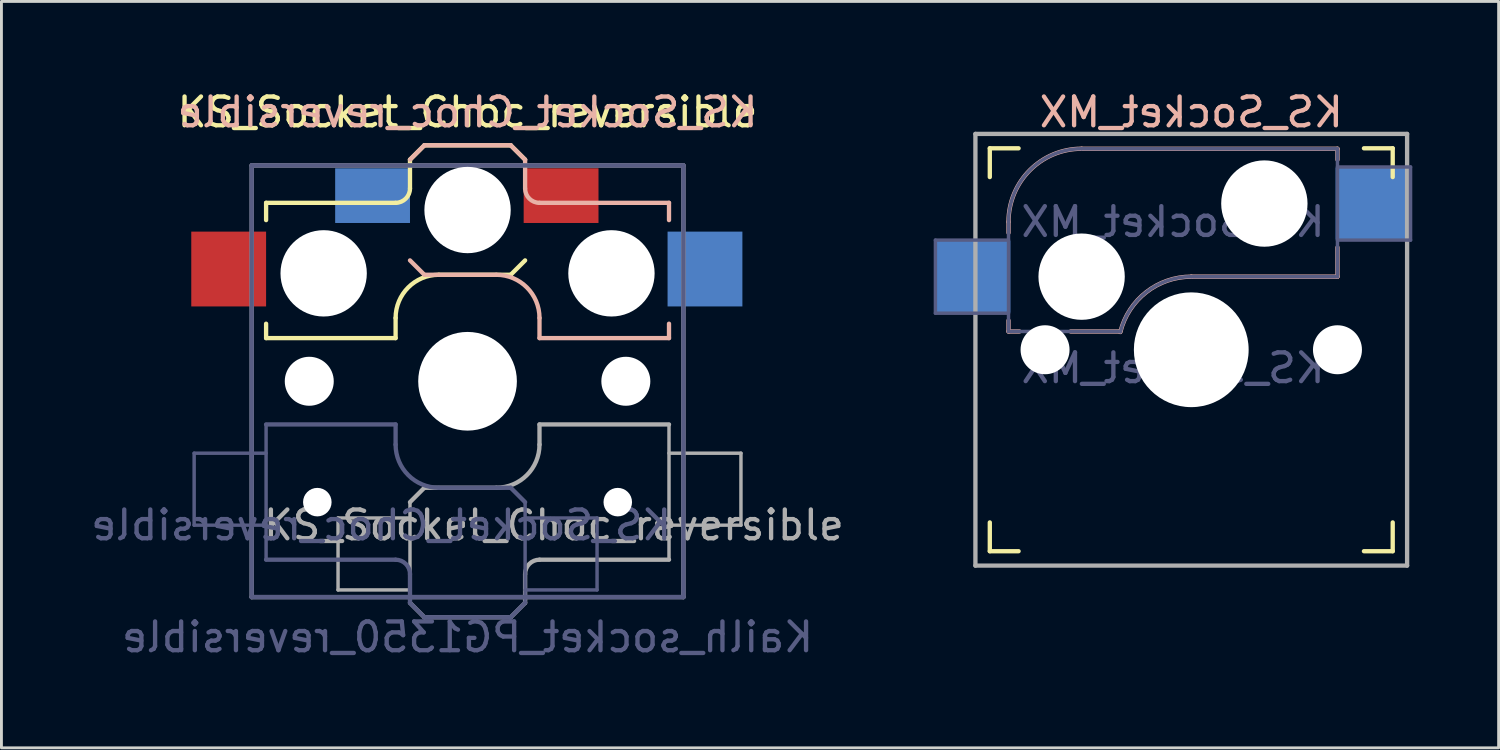
<source format=kicad_pcb>
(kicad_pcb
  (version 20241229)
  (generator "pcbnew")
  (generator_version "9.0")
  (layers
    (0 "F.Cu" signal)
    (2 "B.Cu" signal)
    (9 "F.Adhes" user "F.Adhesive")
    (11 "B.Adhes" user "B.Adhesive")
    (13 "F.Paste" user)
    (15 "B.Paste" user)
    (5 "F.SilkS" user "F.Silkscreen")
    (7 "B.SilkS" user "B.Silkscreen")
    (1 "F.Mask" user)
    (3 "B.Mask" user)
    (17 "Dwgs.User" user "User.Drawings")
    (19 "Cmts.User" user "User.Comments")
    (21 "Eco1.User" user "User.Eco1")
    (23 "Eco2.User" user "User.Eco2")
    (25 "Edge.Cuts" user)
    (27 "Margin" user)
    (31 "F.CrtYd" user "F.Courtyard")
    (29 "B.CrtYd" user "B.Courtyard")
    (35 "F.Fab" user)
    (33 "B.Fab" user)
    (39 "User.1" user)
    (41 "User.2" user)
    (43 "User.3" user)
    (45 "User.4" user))
  (footprint "KS_Socket_Choc_reversible"
    (layer "F.Cu")
    (at 13.196 10.198)
    (property "Reference" "KS_Socket_Choc_reversible" (at 0 -9.35 180) (layer "F.SilkS") (effects (font (size 1 1) (thickness 0.15))))
    (property "Value" "Kailh_socket_PG1350_reversible" (at 0 8.89 0) (layer "F.Fab") (hide yes) (effects (font (size 1 1) (thickness 0.15))))
    (attr smd)
    (fp_line (start -7 -6.2) (end -2.5 -6.2) (stroke (width 0.15) (type solid)) (layer "F.SilkS"))
    (fp_line (start -7 -5.6) (end -7 -6.2) (stroke (width 0.15) (type solid)) (layer "F.SilkS"))
    (fp_line (start -7 -1.5) (end -7 -2) (stroke (width 0.15) (type solid)) (layer "F.SilkS"))
    (fp_line (start -2.5 -2.2) (end -2.5 -1.5) (stroke (width 0.15) (type solid)) (layer "F.SilkS"))
    (fp_line (start -2.5 -1.5) (end -7 -1.5) (stroke (width 0.15) (type solid)) (layer "F.SilkS"))
    (fp_line (start -2 -6.7) (end -2 -7.7) (stroke (width 0.15) (type solid)) (layer "F.SilkS"))
    (fp_line (start -1.5 -8.2) (end -2 -7.7) (stroke (width 0.15) (type solid)) (layer "F.SilkS"))
    (fp_line (start 1.5 -8.2) (end -1.5 -8.2) (stroke (width 0.15) (type solid)) (layer "F.SilkS"))
    (fp_line (start 1.5 -3.7) (end -1 -3.7) (stroke (width 0.15) (type solid)) (layer "F.SilkS"))
    (fp_line (start 2 -7.7) (end 1.5 -8.2) (stroke (width 0.15) (type solid)) (layer "F.SilkS"))
    (fp_line (start 2 -4.2) (end 1.5 -3.7) (stroke (width 0.15) (type solid)) (layer "F.SilkS"))
    (fp_arc (start -2.5 -2.2) (mid -2.06066 -3.26066) (end -1 -3.7) (stroke (width 0.15) (type solid)) (layer "F.SilkS"))
    (fp_arc (start -2 -6.7) (mid -2.146447 -6.346447) (end -2.5 -6.2) (stroke (width 0.15) (type solid)) (layer "F.SilkS"))
    (fp_line (start -2 -7.7) (end -1.5 -8.2) (stroke (width 0.15) (type solid)) (layer "B.SilkS"))
    (fp_line (start -2 -4.2) (end -1.5 -3.7) (stroke (width 0.15) (type solid)) (layer "B.SilkS"))
    (fp_line (start -1.5 -8.2) (end 1.5 -8.2) (stroke (width 0.15) (type solid)) (layer "B.SilkS"))
    (fp_line (start -1.5 -3.7) (end 1 -3.7) (stroke (width 0.15) (type solid)) (layer "B.SilkS"))
    (fp_line (start 1.5 -8.2) (end 2 -7.7) (stroke (width 0.15) (type solid)) (layer "B.SilkS"))
    (fp_line (start 2 -6.7) (end 2 -7.7) (stroke (width 0.15) (type solid)) (layer "B.SilkS"))
    (fp_line (start 2.5 -2.2) (end 2.5 -1.5) (stroke (width 0.15) (type solid)) (layer "B.SilkS"))
    (fp_line (start 2.5 -1.5) (end 7 -1.5) (stroke (width 0.15) (type solid)) (layer "B.SilkS"))
    (fp_line (start 7 -6.2) (end 2.5 -6.2) (stroke (width 0.15) (type solid)) (layer "B.SilkS"))
    (fp_line (start 7 -5.6) (end 7 -6.2) (stroke (width 0.15) (type solid)) (layer "B.SilkS"))
    (fp_line (start 7 -1.5) (end 7 -2) (stroke (width 0.15) (type solid)) (layer "B.SilkS"))
    (fp_arc (start 1 -3.7) (mid 2.06066 -3.26066) (end 2.5 -2.2) (stroke (width 0.15) (type solid)) (layer "B.SilkS"))
    (fp_arc (start 2.5 -6.2) (mid 2.146447 -6.346447) (end 2 -6.7) (stroke (width 0.15) (type solid)) (layer "B.SilkS"))
    (fp_line (start -6.9 6.9) (end -6.9 -6.9) (stroke (width 0.15) (type solid)) (layer "Eco2.User"))
    (fp_line (start -6.9 6.9) (end 6.9 6.9) (stroke (width 0.15) (type solid)) (layer "Eco2.User"))
    (fp_line (start -2.6 -3.1) (end -2.6 -6.3) (stroke (width 0.15) (type solid)) (layer "Eco2.User"))
    (fp_line (start -2.6 -3.1) (end 2.6 -3.1) (stroke (width 0.15) (type solid)) (layer "Eco2.User"))
    (fp_line (start 2.6 -6.3) (end -2.6 -6.3) (stroke (width 0.15) (type solid)) (layer "Eco2.User"))
    (fp_line (start 2.6 -3.1) (end 2.6 -6.3) (stroke (width 0.15) (type solid)) (layer "Eco2.User"))
    (fp_line (start 6.9 -6.9) (end -6.9 -6.9) (stroke (width 0.15) (type solid)) (layer "Eco2.User"))
    (fp_line (start 6.9 -6.9) (end 6.9 6.9) (stroke (width 0.15) (type solid)) (layer "Eco2.User"))
    (fp_line (start -9.5 2.5) (end -7 2.5) (stroke (width 0.12) (type solid)) (layer "B.Fab"))
    (fp_line (start -9.5 5) (end -9.5 2.5) (stroke (width 0.12) (type solid)) (layer "B.Fab"))
    (fp_line (start -7.5 -7.5) (end 7.5 -7.5) (stroke (width 0.15) (type solid)) (layer "B.Fab"))
    (fp_line (start -7.5 7.5) (end -7.5 -7.5) (stroke (width 0.15) (type solid)) (layer "B.Fab"))
    (fp_line (start -7 1.5) (end -7 6.2) (stroke (width 0.12) (type solid)) (layer "B.Fab"))
    (fp_line (start -7 5) (end -9.5 5) (stroke (width 0.12) (type solid)) (layer "B.Fab"))
    (fp_line (start -7 6.2) (end -2.5 6.2) (stroke (width 0.15) (type solid)) (layer "B.Fab"))
    (fp_line (start -2.5 1.5) (end -7 1.5) (stroke (width 0.15) (type solid)) (layer "B.Fab"))
    (fp_line (start -2.5 2.2) (end -2.5 1.5) (stroke (width 0.15) (type solid)) (layer "B.Fab"))
    (fp_line (start -2 6.7) (end -2 7.7) (stroke (width 0.15) (type solid)) (layer "B.Fab"))
    (fp_line (start -1.5 8.2) (end -2 7.7) (stroke (width 0.15) (type solid)) (layer "B.Fab"))
    (fp_line (start 1.5 3.7) (end -1 3.7) (stroke (width 0.15) (type solid)) (layer "B.Fab"))
    (fp_line (start 1.5 8.2) (end -1.5 8.2) (stroke (width 0.15) (type solid)) (layer "B.Fab"))
    (fp_line (start 2 4.2) (end 1.5 3.7) (stroke (width 0.15) (type solid)) (layer "B.Fab"))
    (fp_line (start 2 4.25) (end 2 7.7) (stroke (width 0.12) (type solid)) (layer "B.Fab"))
    (fp_line (start 2 4.75) (end 4.5 4.75) (stroke (width 0.12) (type solid)) (layer "B.Fab"))
    (fp_line (start 2 7.7) (end 1.5 8.2) (stroke (width 0.15) (type solid)) (layer "B.Fab"))
    (fp_line (start 4.5 4.75) (end 4.5 7.25) (stroke (width 0.12) (type solid)) (layer "B.Fab"))
    (fp_line (start 4.5 7.25) (end 2 7.25) (stroke (width 0.12) (type solid)) (layer "B.Fab"))
    (fp_line (start 7.5 -7.5) (end 7.5 7.5) (stroke (width 0.15) (type solid)) (layer "B.Fab"))
    (fp_line (start 7.5 7.5) (end -7.5 7.5) (stroke (width 0.15) (type solid)) (layer "B.Fab"))
    (fp_arc (start -2.5 6.2) (mid -2.146447 6.346447) (end -2 6.7) (stroke (width 0.15) (type solid)) (layer "B.Fab"))
    (fp_arc (start -1 3.7) (mid -2.06066 3.26066) (end -2.5 2.2) (stroke (width 0.15) (type solid)) (layer "B.Fab"))
    (fp_line (start -7.5 -7.5) (end 7.5 -7.5) (stroke (width 0.15) (type solid)) (layer "F.Fab"))
    (fp_line (start -7.5 7.5) (end -7.5 -7.5) (stroke (width 0.15) (type solid)) (layer "F.Fab"))
    (fp_line (start -4.5 4.75) (end -4.5 7.25) (stroke (width 0.12) (type solid)) (layer "F.Fab"))
    (fp_line (start -4.5 7.25) (end -2 7.25) (stroke (width 0.12) (type solid)) (layer "F.Fab"))
    (fp_line (start -2 4.2) (end -1.5 3.7) (stroke (width 0.15) (type solid)) (layer "F.Fab"))
    (fp_line (start -2 4.25) (end -2 7.7) (stroke (width 0.12) (type solid)) (layer "F.Fab"))
    (fp_line (start -2 4.75) (end -4.5 4.75) (stroke (width 0.12) (type solid)) (layer "F.Fab"))
    (fp_line (start -2 7.7) (end -1.5 8.2) (stroke (width 0.15) (type solid)) (layer "F.Fab"))
    (fp_line (start -1.5 3.7) (end 1 3.7) (stroke (width 0.15) (type solid)) (layer "F.Fab"))
    (fp_line (start -1.5 8.2) (end 1.5 8.2) (stroke (width 0.15) (type solid)) (layer "F.Fab"))
    (fp_line (start 1.5 8.2) (end 2 7.7) (stroke (width 0.15) (type solid)) (layer "F.Fab"))
    (fp_line (start 2 6.7) (end 2 7.7) (stroke (width 0.15) (type solid)) (layer "F.Fab"))
    (fp_line (start 2.5 1.5) (end 7 1.5) (stroke (width 0.15) (type solid)) (layer "F.Fab"))
    (fp_line (start 2.5 2.2) (end 2.5 1.5) (stroke (width 0.15) (type solid)) (layer "F.Fab"))
    (fp_line (start 7 1.5) (end 7 6.2) (stroke (width 0.12) (type solid)) (layer "F.Fab"))
    (fp_line (start 7 5) (end 9.5 5) (stroke (width 0.12) (type solid)) (layer "F.Fab"))
    (fp_line (start 7 6.2) (end 2.5 6.2) (stroke (width 0.15) (type solid)) (layer "F.Fab"))
    (fp_line (start 7.5 -7.5) (end 7.5 7.5) (stroke (width 0.15) (type solid)) (layer "F.Fab"))
    (fp_line (start 7.5 7.5) (end -7.5 7.5) (stroke (width 0.15) (type solid)) (layer "F.Fab"))
    (fp_line (start 9.5 2.5) (end 7 2.5) (stroke (width 0.12) (type solid)) (layer "F.Fab"))
    (fp_line (start 9.5 5) (end 9.5 2.5) (stroke (width 0.12) (type solid)) (layer "F.Fab"))
    (fp_arc (start 2 6.7) (mid 2.146447 6.346447) (end 2.5 6.2) (stroke (width 0.15) (type solid)) (layer "F.Fab"))
    (fp_arc (start 2.5 2.2) (mid 2.06066 3.26066) (end 1 3.7) (stroke (width 0.15) (type solid)) (layer "F.Fab"))
    (fp_text user "${REFERENCE}" (at 0 -9.35 0) (layer "B.SilkS") (effects (font (size 1 1) (thickness 0.15)) (justify mirror)))
    (fp_text user "${REFERENCE}" (at -3 5 0) (layer "B.Fab") (effects (font (size 1 1) (thickness 0.15)) (justify mirror)))
    (fp_text user "${VALUE}" (at 0 8.89 0) (layer "B.Fab") (effects (font (size 1 1) (thickness 0.15)) (justify mirror)))
    (fp_text user "${REFERENCE}" (at 3 5 180) (layer "F.Fab") (effects (font (size 1 1) (thickness 0.15))))
    (pad "" np_thru_hole circle (at -5.5 0 180) (size 1.702 1.702) (drill 1.702) (layers "*.Cu" "*.Mask"))
    (pad "" np_thru_hole circle (at -5.22 4.2 180) (size 0.991 0.991) (drill 0.991) (layers "*.Cu" "*.Mask"))
    (pad "" np_thru_hole circle (at -5 -3.75 180) (size 3 3) (drill 3) (layers "*.Cu" "*.Mask"))
    (pad "" np_thru_hole circle (at 0 -5.95 180) (size 3 3) (drill 3) (layers "*.Cu" "*.Mask"))
    (pad "" np_thru_hole circle (at 0 0 180) (size 3.429 3.429) (drill 3.429) (layers "*.Cu" "*.Mask"))
    (pad "" np_thru_hole circle (at 5 -3.75 180) (size 3 3) (drill 3) (layers "*.Cu" "*.Mask"))
    (pad "" np_thru_hole circle (at 5.22 4.2 180) (size 0.991 0.991) (drill 0.991) (layers "*.Cu" "*.Mask"))
    (pad "" np_thru_hole circle (at 5.5 0 180) (size 1.702 1.702) (drill 1.702) (layers "*.Cu" "*.Mask"))
    (pad "1" smd rect (at -3.3 -6.45 180) (size 2.6 1.9) (layers "B.Cu" "B.Mask" "B.Paste"))
    (pad "1" smd rect (at 3.25 -6.45 180) (size 2.6 1.9) (layers "F.Cu" "F.Mask" "F.Paste"))
    (pad "2" smd rect (at -8.3 -3.9 180) (size 2.6 2.6) (layers "F.Cu" "F.Mask" "F.Paste"))
    (pad "2" smd rect (at 8.25 -3.9 180) (size 2.6 2.6) (layers "B.Cu" "B.Mask" "B.Paste")))
  (footprint "KS_Socket_MX"
    (layer "F.Cu")
    (at 38.343 9.103)
    (property "Reference" "KS_Socket_MX" (at 0 -8.255 0) (layer "B.SilkS") (effects (font (size 1 1) (thickness 0.15)) (justify mirror)))
    (property "Value" "KS_Socket_MX" (at 0 8.255 0) (layer "F.Fab") (hide yes) (effects (font (size 1 1) (thickness 0.15))))
    (attr smd)
    (fp_line (start -7 -6) (end -7 -7) (stroke (width 0.15) (type solid)) (layer "F.SilkS"))
    (fp_line (start -7 7) (end -7 6) (stroke (width 0.15) (type solid)) (layer "F.SilkS"))
    (fp_line (start -7 7) (end -6 7) (stroke (width 0.15) (type solid)) (layer "F.SilkS"))
    (fp_line (start -6 -7) (end -7 -7) (stroke (width 0.15) (type solid)) (layer "F.SilkS"))
    (fp_line (start 6 7) (end 7 7) (stroke (width 0.15) (type solid)) (layer "F.SilkS"))
    (fp_line (start 7 -7) (end 6 -7) (stroke (width 0.15) (type solid)) (layer "F.SilkS"))
    (fp_line (start 7 -7) (end 7 -6) (stroke (width 0.15) (type solid)) (layer "F.SilkS"))
    (fp_line (start 7 6) (end 7 7) (stroke (width 0.15) (type solid)) (layer "F.SilkS"))
    (fp_line (start -6.35 -4.445) (end -6.35 -4.064) (stroke (width 0.15) (type solid)) (layer "B.SilkS"))
    (fp_line (start -6.35 -1.016) (end -6.35 -0.635) (stroke (width 0.15) (type solid)) (layer "B.SilkS"))
    (fp_line (start -5.969 -0.635) (end -6.35 -0.635) (stroke (width 0.15) (type solid)) (layer "B.SilkS"))
    (fp_line (start -3.81 -6.985) (end 5.08 -6.985) (stroke (width 0.15) (type solid)) (layer "B.SilkS"))
    (fp_line (start -2.464 -0.635) (end -4.191 -0.635) (stroke (width 0.15) (type solid)) (layer "B.SilkS"))
    (fp_line (start 5.08 -6.985) (end 5.08 -6.604) (stroke (width 0.15) (type solid)) (layer "B.SilkS"))
    (fp_line (start 5.08 -3.556) (end 5.08 -2.54) (stroke (width 0.15) (type solid)) (layer "B.SilkS"))
    (fp_line (start 5.08 -2.54) (end 0 -2.54) (stroke (width 0.15) (type solid)) (layer "B.SilkS"))
    (fp_arc (start -6.35 -4.445) (mid -5.606051 -6.241051) (end -3.81 -6.985) (stroke (width 0.15) (type solid)) (layer "B.SilkS"))
    (fp_arc (start -2.464162 -0.61604) (mid -1.563147 -2.002042) (end 0 -2.54) (stroke (width 0.15) (type solid)) (layer "B.SilkS"))
    (fp_line (start -6.9 6.9) (end -6.9 -6.9) (stroke (width 0.15) (type solid)) (layer "Eco2.User"))
    (fp_line (start -6.9 6.9) (end 6.9 6.9) (stroke (width 0.15) (type solid)) (layer "Eco2.User"))
    (fp_line (start 6.9 -6.9) (end -6.9 -6.9) (stroke (width 0.15) (type solid)) (layer "Eco2.User"))
    (fp_line (start 6.9 -6.9) (end 6.9 6.9) (stroke (width 0.15) (type solid)) (layer "Eco2.User"))
    (fp_line (start -8.89 -3.81) (end -6.35 -3.81) (stroke (width 0.12) (type solid)) (layer "B.Fab"))
    (fp_line (start -8.89 -1.27) (end -8.89 -3.81) (stroke (width 0.12) (type solid)) (layer "B.Fab"))
    (fp_line (start -6.35 -1.27) (end -8.89 -1.27) (stroke (width 0.12) (type solid)) (layer "B.Fab"))
    (fp_line (start -6.35 -0.635) (end -6.35 -4.445) (stroke (width 0.12) (type solid)) (layer "B.Fab"))
    (fp_line (start -6.35 -0.635) (end -2.54 -0.635) (stroke (width 0.12) (type solid)) (layer "B.Fab"))
    (fp_line (start -3.81 -6.985) (end 5.08 -6.985) (stroke (width 0.12) (type solid)) (layer "B.Fab"))
    (fp_line (start 5.08 -6.985) (end 5.08 -2.54) (stroke (width 0.12) (type solid)) (layer "B.Fab"))
    (fp_line (start 5.08 -6.35) (end 7.62 -6.35) (stroke (width 0.12) (type solid)) (layer "B.Fab"))
    (fp_line (start 5.08 -2.54) (end 0 -2.54) (stroke (width 0.12) (type solid)) (layer "B.Fab"))
    (fp_line (start 7.62 -6.35) (end 7.62 -3.81) (stroke (width 0.12) (type solid)) (layer "B.Fab"))
    (fp_line (start 7.62 -3.81) (end 5.08 -3.81) (stroke (width 0.12) (type solid)) (layer "B.Fab"))
    (fp_arc (start -6.35 -4.445) (mid -5.606051 -6.241051) (end -3.81 -6.985) (stroke (width 0.12) (type solid)) (layer "B.Fab"))
    (fp_arc (start -2.464162 -0.61604) (mid -1.563147 -2.002042) (end 0 -2.54) (stroke (width 0.12) (type solid)) (layer "B.Fab"))
    (fp_line (start -7.5 -7.5) (end 7.5 -7.5) (stroke (width 0.15) (type solid)) (layer "F.Fab"))
    (fp_line (start -7.5 7.5) (end -7.5 -7.5) (stroke (width 0.15) (type solid)) (layer "F.Fab"))
    (fp_line (start 7.5 -7.5) (end 7.5 7.5) (stroke (width 0.15) (type solid)) (layer "F.Fab"))
    (fp_line (start 7.5 7.5) (end -7.5 7.5) (stroke (width 0.15) (type solid)) (layer "F.Fab"))
    (fp_text user "${VALUE}" (at -0.635 0.635 0) (layer "B.Fab") (effects (font (size 1 1) (thickness 0.15)) (justify mirror)))
    (fp_text user "${REFERENCE}" (at -0.635 -4.445 0) (layer "B.Fab") (effects (font (size 1 1) (thickness 0.15)) (justify mirror)))
    (pad "" np_thru_hole circle (at -5.08 0) (size 1.702 1.702) (drill 1.702) (layers "*.Cu" "*.Mask"))
    (pad "" np_thru_hole circle (at -3.81 -2.54) (size 3 3) (drill 3) (layers "*.Cu" "*.Mask"))
    (pad "" np_thru_hole circle (at 0 0) (size 3.988 3.988) (drill 3.988) (layers "*.Cu" "*.Mask"))
    (pad "" np_thru_hole circle (at 2.54 -5.08) (size 3 3) (drill 3) (layers "*.Cu" "*.Mask"))
    (pad "" np_thru_hole circle (at 5.08 0) (size 1.702 1.702) (drill 1.702) (layers "*.Cu" "*.Mask"))
    (pad "1" smd rect (at 6.29 -5.08) (size 2.55 2.5) (layers "B.Cu" "B.Mask" "B.Paste"))
    (pad "2" smd rect (at -7.56 -2.54) (size 2.55 2.5) (layers "B.Cu" "B.Mask" "B.Paste")))
  (gr_rect
    (start -3 -3)
    (end 49.023 22.936)
    (stroke (width 0.1) (type default))
    (fill no)
    (layer "Edge.Cuts")))
</source>
